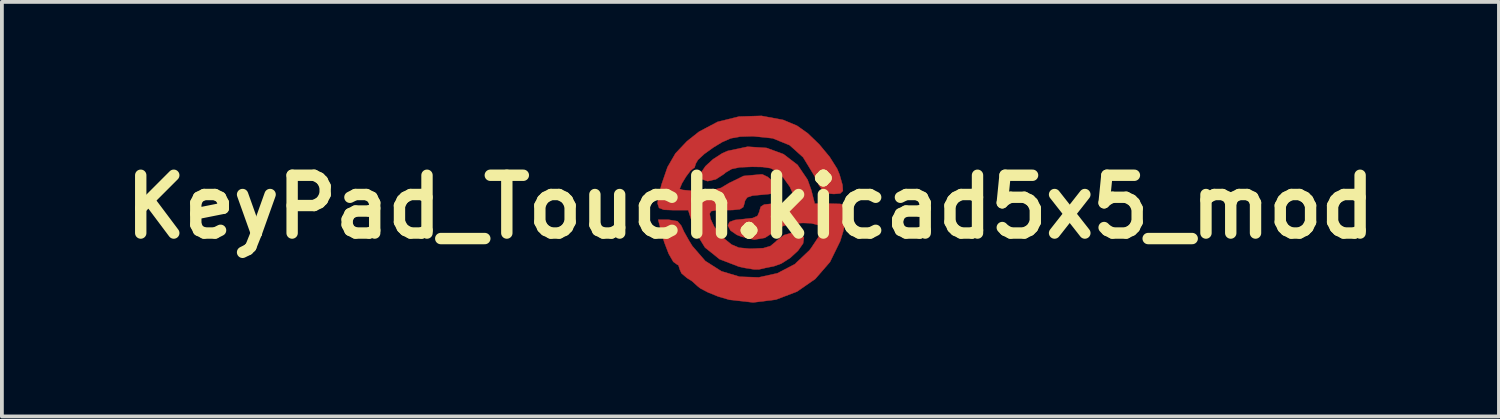
<source format=kicad_pcb>
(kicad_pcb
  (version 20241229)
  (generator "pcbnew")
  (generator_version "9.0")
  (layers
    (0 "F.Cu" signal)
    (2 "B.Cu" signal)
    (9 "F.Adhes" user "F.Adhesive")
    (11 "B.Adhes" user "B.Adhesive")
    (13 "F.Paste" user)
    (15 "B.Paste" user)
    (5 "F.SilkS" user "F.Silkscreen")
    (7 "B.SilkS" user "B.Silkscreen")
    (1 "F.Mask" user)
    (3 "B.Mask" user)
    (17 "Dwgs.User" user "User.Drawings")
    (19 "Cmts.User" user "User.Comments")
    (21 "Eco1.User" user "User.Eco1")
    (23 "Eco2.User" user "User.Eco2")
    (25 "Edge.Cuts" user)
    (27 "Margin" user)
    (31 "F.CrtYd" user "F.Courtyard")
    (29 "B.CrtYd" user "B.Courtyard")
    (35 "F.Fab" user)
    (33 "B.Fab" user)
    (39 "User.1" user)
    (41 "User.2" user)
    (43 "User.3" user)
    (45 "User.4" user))
  (footprint "KeyPad_Touch.kicad5x5_mod"
    (layer "F.Cu")
    (at 16.735 2.405)
    (property "Reference" "KeyPad_Touch.kicad5x5_mod" (at 0 0 0) (layer "F.SilkS") (effects (font (size 1.524 1.524) (thickness 0.3))))
    (attr through_hole)
    (fp_poly (pts (xy 0.425 -1.555) (xy 0.872 -1.391) (xy 1.242 -1.108) (xy 1.507 -0.717) (xy 1.604 -0.445) (xy 1.696 -0.085) (xy 2.118 -0.085) (xy 2.368 -0.079) (xy 2.493 -0.044) (xy 2.536 0.044) (xy 2.54 0.153) (xy 2.513 0.36) (xy 2.443 0.654) (xy 2.367 0.903) (xy 2.098 1.452) (xy 1.71 1.899) (xy 1.228 2.233) (xy 0.674 2.444) (xy 0.073 2.519) (xy -0.552 2.449) (xy -0.847 2.363) (xy -1.115 2.255) (xy -1.32 2.148) (xy -1.397 2.087) (xy -1.536 1.96) (xy -1.672 1.874) (xy -1.817 1.752) (xy -1.863 1.648) (xy -1.898 1.537) (xy -1.927 1.524) (xy -2.033 1.447) (xy -2.154 1.238) (xy -2.271 0.933) (xy -2.324 0.751) (xy -2.431 0.339) (xy -2.152 0.339) (xy -1.924 0.377) (xy -1.825 0.493) (xy -1.753 0.651) (xy -1.622 0.884) (xy -1.533 1.03) (xy -1.19 1.426) (xy -0.764 1.697) (xy -0.284 1.841) (xy 0.218 1.858) (xy 0.712 1.749) (xy 1.168 1.511) (xy 1.555 1.145) (xy 1.599 1.088) (xy 1.796 0.792) (xy 1.865 0.597) (xy 1.802 0.482) (xy 1.6 0.431) (xy 1.388 0.423) (xy 1.07 0.441) (xy 0.849 0.507) (xy 0.662 0.635) (xy 0.382 0.815) (xy 0.098 0.863) (xy -0.24 0.784) (xy -0.36 0.736) (xy -0.526 0.621) (xy -0.593 0.492) (xy -0.552 0.398) (xy -0.408 0.345) (xy -0.191 0.322) (xy 0.059 0.294) (xy 0.186 0.238) (xy 0.235 0.128) (xy 0.239 0.106) (xy 0.272 -0.005) (xy 0.362 -0.062) (xy 0.55 -0.082) (xy 0.727 -0.085) (xy 0.991 -0.088) (xy 1.122 -0.113) (xy 1.158 -0.181) (xy 1.136 -0.312) (xy 1.135 -0.318) (xy 1.04 -0.53) (xy 0.875 -0.761) (xy 0.835 -0.804) (xy 0.682 -0.945) (xy 0.53 -1.021) (xy 0.321 -1.052) (xy 0.046 -1.057) (xy -0.281 -1.044) (xy -0.495 -0.999) (xy -0.652 -0.907) (xy -0.699 -0.866) (xy -0.912 -0.727) (xy -1.128 -0.679) (xy -1.288 -0.732) (xy -1.313 -0.763) (xy -1.306 -0.897) (xy -1.185 -1.074) (xy -0.984 -1.258) (xy -0.74 -1.415) (xy -0.599 -1.476) (xy -0.074 -1.587) (xy 0.425 -1.555)) (stroke (width 0.01) (type solid)) (fill yes) (layer "F.Cu"))
    (fp_poly (pts (xy 0.862 -2.294) (xy 1.228 -2.141) (xy 1.514 -1.938) (xy 1.816 -1.647) (xy 2.089 -1.318) (xy 2.288 -1.003) (xy 2.349 -0.855) (xy 2.428 -0.576) (xy 2.438 -0.422) (xy 2.369 -0.355) (xy 2.208 -0.341) (xy 2.18 -0.342) (xy 2.024 -0.357) (xy 1.91 -0.423) (xy 1.804 -0.576) (xy 1.674 -0.84) (xy 1.389 -1.308) (xy 1.032 -1.628) (xy 0.586 -1.809) (xy 0.066 -1.863) (xy -0.272 -1.853) (xy -0.517 -1.808) (xy -0.748 -1.707) (xy -0.978 -1.567) (xy -1.216 -1.396) (xy -1.383 -1.241) (xy -1.439 -1.144) (xy -1.475 -1.031) (xy -1.506 -1.016) (xy -1.584 -0.951) (xy -1.697 -0.799) (xy -1.803 -0.625) (xy -1.861 -0.49) (xy -1.863 -0.474) (xy -1.786 -0.447) (xy -1.585 -0.429) (xy -1.349 -0.423) (xy -1.014 -0.439) (xy -0.778 -0.5) (xy -0.573 -0.622) (xy -0.566 -0.627) (xy -0.179 -0.816) (xy 0.285 -0.858) (xy 0.318 -0.856) (xy 0.456 -0.79) (xy 0.617 -0.651) (xy 0.736 -0.5) (xy 0.762 -0.428) (xy 0.686 -0.379) (xy 0.489 -0.338) (xy 0.318 -0.322) (xy 0.053 -0.297) (xy -0.086 -0.25) (xy -0.144 -0.159) (xy -0.154 -0.106) (xy -0.188 0.005) (xy -0.277 0.062) (xy -0.466 0.082) (xy -0.643 0.085) (xy -0.906 0.088) (xy -1.038 0.113) (xy -1.074 0.181) (xy -1.052 0.313) (xy -1.051 0.318) (xy -0.957 0.517) (xy -0.783 0.744) (xy -0.702 0.826) (xy -0.497 0.993) (xy -0.303 1.075) (xy -0.043 1.1) (xy 0.052 1.101) (xy 0.343 1.087) (xy 0.529 1.031) (xy 0.673 0.912) (xy 0.693 0.889) (xy 0.888 0.742) (xy 1.111 0.678) (xy 1.306 0.704) (xy 1.411 0.81) (xy 1.389 0.963) (xy 1.255 1.154) (xy 1.05 1.344) (xy 0.813 1.495) (xy 0.62 1.564) (xy 0.393 1.609) (xy 0.235 1.646) (xy 0.227 1.649) (xy 0.092 1.647) (xy -0.142 1.61) (xy -0.303 1.575) (xy -0.813 1.379) (xy -1.197 1.071) (xy -1.454 0.654) (xy -1.499 0.529) (xy -1.64 0.085) (xy -2.047 0.085) (xy -2.28 0.076) (xy -2.409 0.027) (xy -2.449 -0.094) (xy -2.415 -0.319) (xy -2.343 -0.593) (xy -2.186 -1.049) (xy -1.976 -1.411) (xy -1.672 -1.732) (xy -1.355 -1.983) (xy -0.866 -2.242) (xy -0.301 -2.382) (xy 0.291 -2.4) (xy 0.862 -2.294)) (stroke (width 0.01) (type solid)) (fill yes) (layer "F.Cu")))
  (gr_rect
    (start -3 -3)
    (end 36.47 7.93)
    (stroke (width 0.1) (type default))
    (fill no)
    (layer "Edge.Cuts")))
</source>
